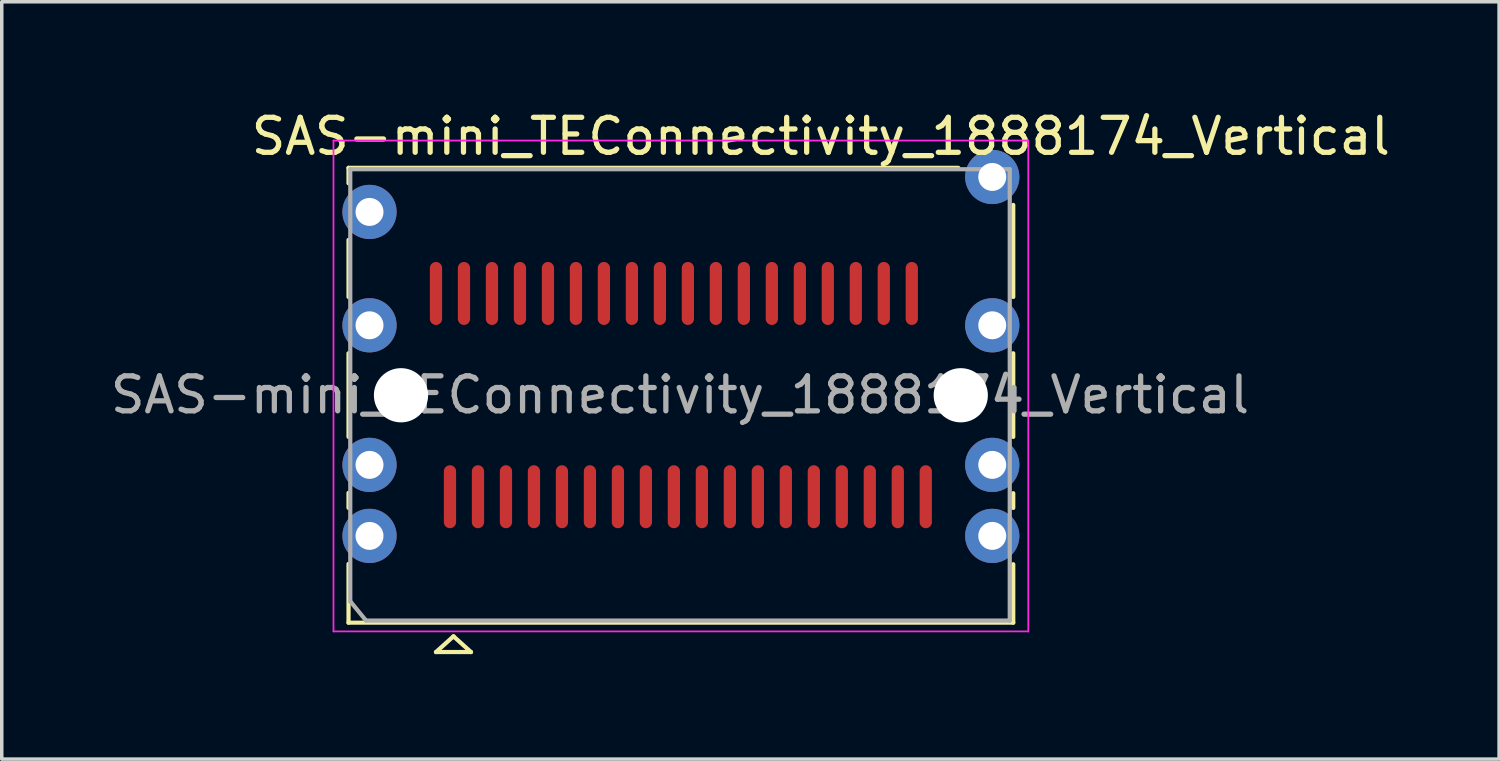
<source format=kicad_pcb>
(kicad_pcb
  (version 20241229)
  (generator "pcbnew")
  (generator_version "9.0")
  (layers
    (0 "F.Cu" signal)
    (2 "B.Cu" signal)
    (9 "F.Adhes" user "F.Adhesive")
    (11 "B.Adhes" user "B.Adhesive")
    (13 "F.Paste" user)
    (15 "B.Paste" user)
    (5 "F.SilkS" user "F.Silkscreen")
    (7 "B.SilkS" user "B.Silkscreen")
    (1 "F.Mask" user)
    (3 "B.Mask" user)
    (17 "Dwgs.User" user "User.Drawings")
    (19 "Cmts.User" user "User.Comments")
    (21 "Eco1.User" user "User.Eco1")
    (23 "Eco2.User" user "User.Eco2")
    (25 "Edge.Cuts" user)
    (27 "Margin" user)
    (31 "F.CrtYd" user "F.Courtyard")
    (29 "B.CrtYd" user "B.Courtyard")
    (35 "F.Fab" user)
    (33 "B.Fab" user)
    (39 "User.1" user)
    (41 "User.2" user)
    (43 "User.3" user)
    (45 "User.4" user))
  (footprint "SAS-mini_TEConnectivity_1888174_Vertical"
    (layer "F.Cu")
    (at 16.412 7.138)
    (property "Reference" "SAS-mini_TEConnectivity_1888174_Vertical" (at 4 -6.29 0) (layer "F.SilkS") (effects (font (size 1 1) (thickness 0.15))))
    (attr smd)
    (fp_line (start -9.5 -5.39) (end -9.5 -4.95) (stroke (width 0.12) (type solid)) (layer "F.SilkS"))
    (fp_line (start -9.5 -3.33) (end -9.5 -1.7) (stroke (width 0.12) (type solid)) (layer "F.SilkS"))
    (fp_line (start -9.5 -0.09) (end -9.5 2.299) (stroke (width 0.12) (type solid)) (layer "F.SilkS"))
    (fp_line (start -9.5 3.901) (end -9.5 4.329) (stroke (width 0.12) (type solid)) (layer "F.SilkS"))
    (fp_line (start -9.5 5.931) (end -9.5 7.61) (stroke (width 0.12) (type solid)) (layer "F.SilkS"))
    (fp_line (start -9.5 7.61) (end 9.5 7.61) (stroke (width 0.12) (type solid)) (layer "F.SilkS"))
    (fp_line (start -7 8.45) (end -6 8.45) (stroke (width 0.12) (type solid)) (layer "F.SilkS"))
    (fp_line (start -6.5 8) (end -7 8.45) (stroke (width 0.12) (type solid)) (layer "F.SilkS"))
    (fp_line (start -6 8.45) (end -6.5 8) (stroke (width 0.12) (type solid)) (layer "F.SilkS"))
    (fp_line (start 7.93 -5.39) (end -9.5 -5.39) (stroke (width 0.12) (type solid)) (layer "F.SilkS"))
    (fp_line (start 9.5 -4.33) (end 9.5 -1.7) (stroke (width 0.12) (type solid)) (layer "F.SilkS"))
    (fp_line (start 9.5 -0.09) (end 9.5 2.3) (stroke (width 0.12) (type solid)) (layer "F.SilkS"))
    (fp_line (start 9.5 3.91) (end 9.5 4.33) (stroke (width 0.12) (type solid)) (layer "F.SilkS"))
    (fp_line (start 9.5 5.94) (end 9.5 7.61) (stroke (width 0.12) (type solid)) (layer "F.SilkS"))
    (fp_line (start -9.93 -6.17) (end -9.93 7.86) (stroke (width 0.05) (type solid)) (layer "F.CrtYd"))
    (fp_line (start -9.93 -6.17) (end 9.93 -6.17) (stroke (width 0.05) (type solid)) (layer "F.CrtYd"))
    (fp_line (start 9.93 7.86) (end -9.93 7.86) (stroke (width 0.05) (type solid)) (layer "F.CrtYd"))
    (fp_line (start 9.93 7.86) (end 9.93 -6.17) (stroke (width 0.05) (type solid)) (layer "F.CrtYd"))
    (fp_line (start -9.45 -5.35) (end -9.45 7) (stroke (width 0.12) (type solid)) (layer "F.Fab"))
    (fp_line (start -9.45 7) (end -9 7.55) (stroke (width 0.12) (type solid)) (layer "F.Fab"))
    (fp_line (start -9 7.55) (end 9.4 7.55) (stroke (width 0.12) (type solid)) (layer "F.Fab"))
    (fp_line (start 9.4 -5.35) (end -9.45 -5.35) (stroke (width 0.12) (type solid)) (layer "F.Fab"))
    (fp_line (start 9.4 7.55) (end 9.4 -5.35) (stroke (width 0.12) (type solid)) (layer "F.Fab"))
    (fp_text user "${REFERENCE}" (at -0.025 1.1 0) (layer "F.Fab") (effects (font (size 1 1) (thickness 0.15))))
    (pad "" np_thru_hole circle (at -8 1.11) (size 1.55 1.55) (drill 1.55) (layers "*.Mask" "B.Cu"))
    (pad "" np_thru_hole circle (at 8 1.11) (size 1.55 1.55) (drill 1.55) (layers "*.Mask" "B.Cu"))
    (pad "1" thru_hole circle (at -8.9 -4.13) (size 1.55 1.55) (drill 0.8) (layers "*.Cu" "*.Mask"))
    (pad "2" thru_hole circle (at -8.9 -0.89) (size 1.55 1.55) (drill 0.8) (layers "*.Cu" "*.Mask"))
    (pad "3" thru_hole circle (at -8.9 3.1) (size 1.55 1.55) (drill 0.8) (layers "*.Cu" "*.Mask"))
    (pad "4" thru_hole circle (at -8.9 5.13) (size 1.55 1.55) (drill 0.8) (layers "*.Cu" "*.Mask"))
    (pad "5" thru_hole circle (at 8.9 -5.13) (size 1.55 1.55) (drill 0.8) (layers "*.Cu" "*.Mask"))
    (pad "6" thru_hole circle (at 8.9 -0.89) (size 1.55 1.55) (drill 0.8) (layers "*.Cu" "*.Mask"))
    (pad "7" thru_hole circle (at 8.9 3.1) (size 1.55 1.55) (drill 0.8) (layers "*.Cu" "*.Mask"))
    (pad "8" thru_hole circle (at 8.9 5.13) (size 1.55 1.55) (drill 0.8) (layers "*.Cu" "*.Mask"))
    (pad "A1" smd oval (at -6.6 4.01) (size 0.35 1.8) (layers "F.Cu" "F.Mask" "F.Paste"))
    (pad "A2" smd oval (at -5.8 4.01) (size 0.35 1.8) (layers "F.Cu" "F.Mask" "F.Paste"))
    (pad "A3" smd oval (at -5 4.01) (size 0.35 1.8) (layers "F.Cu" "F.Mask" "F.Paste"))
    (pad "A4" smd oval (at -4.2 4.01) (size 0.35 1.8) (layers "F.Cu" "F.Mask" "F.Paste"))
    (pad "A5" smd oval (at -3.4 4.01) (size 0.35 1.8) (layers "F.Cu" "F.Mask" "F.Paste"))
    (pad "A6" smd oval (at -2.6 4.01) (size 0.35 1.8) (layers "F.Cu" "F.Mask" "F.Paste"))
    (pad "A7" smd oval (at -1.8 4.01) (size 0.35 1.8) (layers "F.Cu" "F.Mask" "F.Paste"))
    (pad "A8" smd oval (at -1 4.01) (size 0.35 1.8) (layers "F.Cu" "F.Mask" "F.Paste"))
    (pad "A9" smd oval (at -0.2 4.01) (size 0.35 1.8) (layers "F.Cu" "F.Mask" "F.Paste"))
    (pad "A10" smd oval (at 0.6 4.01) (size 0.35 1.8) (layers "F.Cu" "F.Mask" "F.Paste"))
    (pad "A11" smd oval (at 1.4 4.01) (size 0.35 1.8) (layers "F.Cu" "F.Mask" "F.Paste"))
    (pad "A12" smd oval (at 2.2 4.01) (size 0.35 1.8) (layers "F.Cu" "F.Mask" "F.Paste"))
    (pad "A13" smd oval (at 3 4.01) (size 0.35 1.8) (layers "F.Cu" "F.Mask" "F.Paste"))
    (pad "A14" smd oval (at 3.8 4.01) (size 0.35 1.8) (layers "F.Cu" "F.Mask" "F.Paste"))
    (pad "A15" smd oval (at 4.6 4.01) (size 0.35 1.8) (layers "F.Cu" "F.Mask" "F.Paste"))
    (pad "A16" smd oval (at 5.4 4.01) (size 0.35 1.8) (layers "F.Cu" "F.Mask" "F.Paste"))
    (pad "A17" smd oval (at 6.2 4.01) (size 0.35 1.8) (layers "F.Cu" "F.Mask" "F.Paste"))
    (pad "A18" smd oval (at 7 4.01) (size 0.35 1.8) (layers "F.Cu" "F.Mask" "F.Paste"))
    (pad "B1" smd oval (at -7 -1.8) (size 0.35 1.8) (layers "F.Cu" "F.Mask" "F.Paste"))
    (pad "B2" smd oval (at -6.2 -1.8) (size 0.35 1.8) (layers "F.Cu" "F.Mask" "F.Paste"))
    (pad "B3" smd oval (at -5.4 -1.8) (size 0.35 1.8) (layers "F.Cu" "F.Mask" "F.Paste"))
    (pad "B4" smd oval (at -4.6 -1.8) (size 0.35 1.8) (layers "F.Cu" "F.Mask" "F.Paste"))
    (pad "B5" smd oval (at -3.8 -1.8) (size 0.35 1.8) (layers "F.Cu" "F.Mask" "F.Paste"))
    (pad "B6" smd oval (at -3 -1.8) (size 0.35 1.8) (layers "F.Cu" "F.Mask" "F.Paste"))
    (pad "B7" smd oval (at -2.2 -1.8) (size 0.35 1.8) (layers "F.Cu" "F.Mask" "F.Paste"))
    (pad "B8" smd oval (at -1.4 -1.8) (size 0.35 1.8) (layers "F.Cu" "F.Mask" "F.Paste"))
    (pad "B9" smd oval (at -0.6 -1.8) (size 0.35 1.8) (layers "F.Cu" "F.Mask" "F.Paste"))
    (pad "B10" smd oval (at 0.2 -1.8) (size 0.35 1.8) (layers "F.Cu" "F.Mask" "F.Paste"))
    (pad "B11" smd oval (at 1 -1.8) (size 0.35 1.8) (layers "F.Cu" "F.Mask" "F.Paste"))
    (pad "B12" smd oval (at 1.8 -1.8) (size 0.35 1.8) (layers "F.Cu" "F.Mask" "F.Paste"))
    (pad "B13" smd oval (at 2.6 -1.8) (size 0.35 1.8) (layers "F.Cu" "F.Mask" "F.Paste"))
    (pad "B14" smd oval (at 3.4 -1.8) (size 0.35 1.8) (layers "F.Cu" "F.Mask" "F.Paste"))
    (pad "B15" smd oval (at 4.2 -1.8) (size 0.35 1.8) (layers "F.Cu" "F.Mask" "F.Paste"))
    (pad "B16" smd oval (at 5 -1.8) (size 0.35 1.8) (layers "F.Cu" "F.Mask" "F.Paste"))
    (pad "B17" smd oval (at 5.8 -1.8) (size 0.35 1.8) (layers "F.Cu" "F.Mask" "F.Paste"))
    (pad "B18" smd oval (at 6.6 -1.8) (size 0.35 1.8) (layers "F.Cu" "F.Mask" "F.Paste")))
  (gr_rect
    (start -3 -3)
    (end 39.799 18.648)
    (stroke (width 0.1) (type default))
    (fill no)
    (layer "Edge.Cuts")))
</source>
